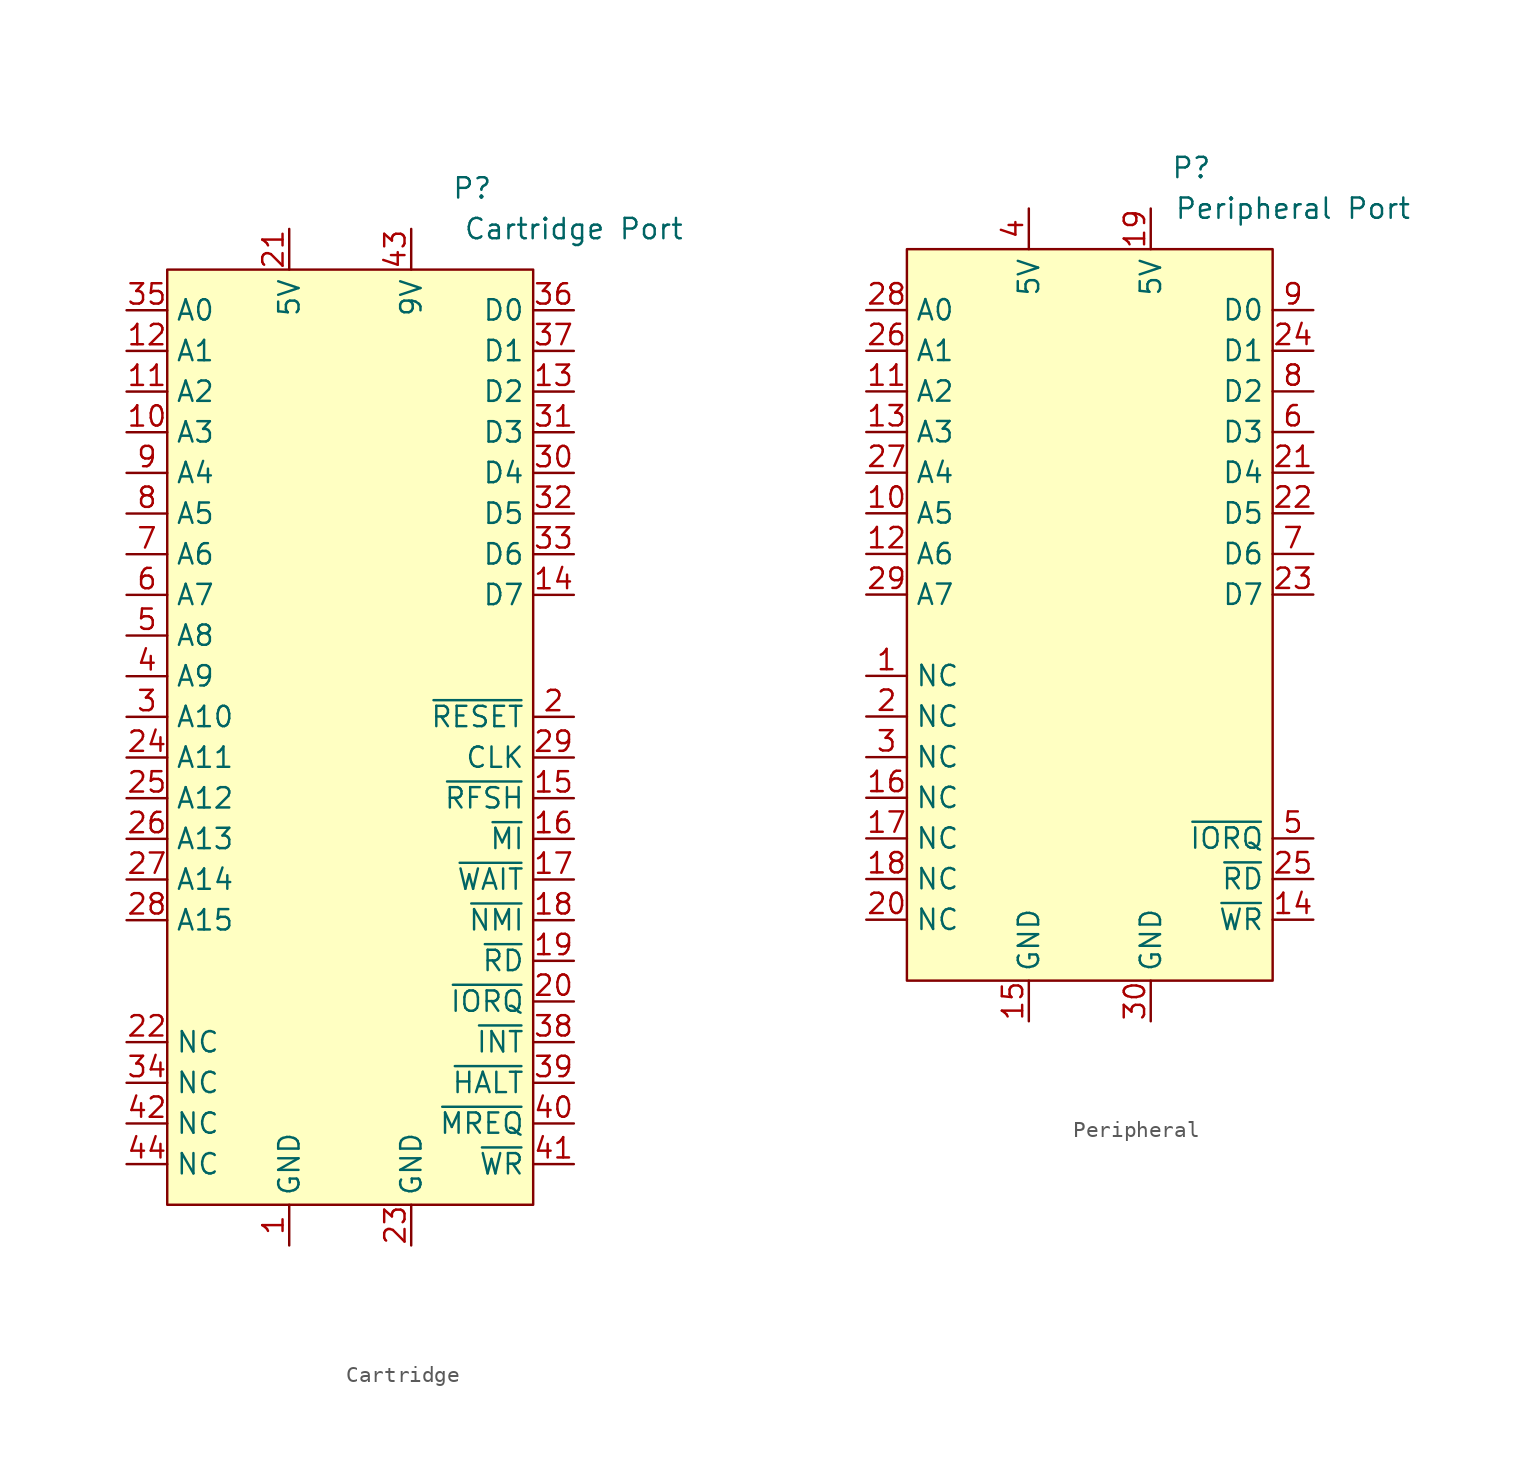
<source format=kicad_sym>
(kicad_symbol_lib
  (version 20220914)
  (generator kicad_symbol_editor)
  (symbol "Cartridge"
    (property "Reference" "P"
      (at 7.62 1.27 0)
      (effects (font (size 1.27 1.27))))
    (property "Value" "Cartridge Port"
      (at 13.97 -1.27 0)
      (effects (font (size 1.27 1.27))))
    (symbol "Cartridge_1_1"
      (rectangle (start -11.43 -3.81) (end 11.43 -62.23) (stroke (width 0) (type default)) (fill (type background)))
      (pin power_in line (at -3.81 -64.77 90) (length 2.54) (name "GND" (effects (font (size 1.27 1.27)))) (number "1" (effects (font (size 1.27 1.27)))))
      (pin bidirectional line (at -13.97 -13.97 0) (length 2.54) (name "A3" (effects (font (size 1.27 1.27)))) (number "10" (effects (font (size 1.27 1.27)))))
      (pin bidirectional line (at -13.97 -11.43 0) (length 2.54) (name "A2" (effects (font (size 1.27 1.27)))) (number "11" (effects (font (size 1.27 1.27)))))
      (pin bidirectional line (at -13.97 -8.89 0) (length 2.54) (name "A1" (effects (font (size 1.27 1.27)))) (number "12" (effects (font (size 1.27 1.27)))))
      (pin bidirectional line (at 13.97 -11.43 180) (length 2.54) (name "D2" (effects (font (size 1.27 1.27)))) (number "13" (effects (font (size 1.27 1.27)))))
      (pin bidirectional line (at 13.97 -24.13 180) (length 2.54) (name "D7" (effects (font (size 1.27 1.27)))) (number "14" (effects (font (size 1.27 1.27)))))
      (pin bidirectional line (at 13.97 -36.83 180) (length 2.54) (name "~{RFSH}" (effects (font (size 1.27 1.27)))) (number "15" (effects (font (size 1.27 1.27)))))
      (pin bidirectional line (at 13.97 -39.37 180) (length 2.54) (name "~{MI}" (effects (font (size 1.27 1.27)))) (number "16" (effects (font (size 1.27 1.27)))))
      (pin bidirectional line (at 13.97 -41.91 180) (length 2.54) (name "~{WAIT}" (effects (font (size 1.27 1.27)))) (number "17" (effects (font (size 1.27 1.27)))))
      (pin bidirectional line (at 13.97 -44.45 180) (length 2.54) (name "~{NMI}" (effects (font (size 1.27 1.27)))) (number "18" (effects (font (size 1.27 1.27)))))
      (pin bidirectional line (at 13.97 -46.99 180) (length 2.54) (name "~{RD}" (effects (font (size 1.27 1.27)))) (number "19" (effects (font (size 1.27 1.27)))))
      (pin bidirectional line (at 13.97 -31.75 180) (length 2.54) (name "~{RESET}" (effects (font (size 1.27 1.27)))) (number "2" (effects (font (size 1.27 1.27)))))
      (pin bidirectional line (at 13.97 -49.53 180) (length 2.54) (name "~{IORQ}" (effects (font (size 1.27 1.27)))) (number "20" (effects (font (size 1.27 1.27)))))
      (pin power_in line (at -3.81 -1.27 270) (length 2.54) (name "5V" (effects (font (size 1.27 1.27)))) (number "21" (effects (font (size 1.27 1.27)))))
      (pin bidirectional line (at -13.97 -52.07 0) (length 2.54) (name "NC" (effects (font (size 1.27 1.27)))) (number "22" (effects (font (size 1.27 1.27)))))
      (pin power_in line (at 3.81 -64.77 90) (length 2.54) (name "GND" (effects (font (size 1.27 1.27)))) (number "23" (effects (font (size 1.27 1.27)))))
      (pin bidirectional line (at -13.97 -34.29 0) (length 2.54) (name "A11" (effects (font (size 1.27 1.27)))) (number "24" (effects (font (size 1.27 1.27)))))
      (pin bidirectional line (at -13.97 -36.83 0) (length 2.54) (name "A12" (effects (font (size 1.27 1.27)))) (number "25" (effects (font (size 1.27 1.27)))))
      (pin bidirectional line (at -13.97 -39.37 0) (length 2.54) (name "A13" (effects (font (size 1.27 1.27)))) (number "26" (effects (font (size 1.27 1.27)))))
      (pin bidirectional line (at -13.97 -41.91 0) (length 2.54) (name "A14" (effects (font (size 1.27 1.27)))) (number "27" (effects (font (size 1.27 1.27)))))
      (pin bidirectional line (at -13.97 -44.45 0) (length 2.54) (name "A15" (effects (font (size 1.27 1.27)))) (number "28" (effects (font (size 1.27 1.27)))))
      (pin bidirectional line (at 13.97 -34.29 180) (length 2.54) (name "CLK" (effects (font (size 1.27 1.27)))) (number "29" (effects (font (size 1.27 1.27)))))
      (pin bidirectional line (at -13.97 -31.75 0) (length 2.54) (name "A10" (effects (font (size 1.27 1.27)))) (number "3" (effects (font (size 1.27 1.27)))))
      (pin bidirectional line (at 13.97 -16.51 180) (length 2.54) (name "D4" (effects (font (size 1.27 1.27)))) (number "30" (effects (font (size 1.27 1.27)))))
      (pin bidirectional line (at 13.97 -13.97 180) (length 2.54) (name "D3" (effects (font (size 1.27 1.27)))) (number "31" (effects (font (size 1.27 1.27)))))
      (pin bidirectional line (at 13.97 -19.05 180) (length 2.54) (name "D5" (effects (font (size 1.27 1.27)))) (number "32" (effects (font (size 1.27 1.27)))))
      (pin bidirectional line (at 13.97 -21.59 180) (length 2.54) (name "D6" (effects (font (size 1.27 1.27)))) (number "33" (effects (font (size 1.27 1.27)))))
      (pin bidirectional line (at -13.97 -54.61 0) (length 2.54) (name "NC" (effects (font (size 1.27 1.27)))) (number "34" (effects (font (size 1.27 1.27)))))
      (pin bidirectional line (at -13.97 -6.35 0) (length 2.54) (name "A0" (effects (font (size 1.27 1.27)))) (number "35" (effects (font (size 1.27 1.27)))))
      (pin bidirectional line (at 13.97 -6.35 180) (length 2.54) (name "D0" (effects (font (size 1.27 1.27)))) (number "36" (effects (font (size 1.27 1.27)))))
      (pin bidirectional line (at 13.97 -8.89 180) (length 2.54) (name "D1" (effects (font (size 1.27 1.27)))) (number "37" (effects (font (size 1.27 1.27)))))
      (pin bidirectional line (at 13.97 -52.07 180) (length 2.54) (name "~{INT}" (effects (font (size 1.27 1.27)))) (number "38" (effects (font (size 1.27 1.27)))))
      (pin bidirectional line (at 13.97 -54.61 180) (length 2.54) (name "~{HALT}" (effects (font (size 1.27 1.27)))) (number "39" (effects (font (size 1.27 1.27)))))
      (pin bidirectional line (at -13.97 -29.21 0) (length 2.54) (name "A9" (effects (font (size 1.27 1.27)))) (number "4" (effects (font (size 1.27 1.27)))))
      (pin bidirectional line (at 13.97 -57.15 180) (length 2.54) (name "~{MREQ}" (effects (font (size 1.27 1.27)))) (number "40" (effects (font (size 1.27 1.27)))))
      (pin bidirectional line (at 13.97 -59.69 180) (length 2.54) (name "~{WR}" (effects (font (size 1.27 1.27)))) (number "41" (effects (font (size 1.27 1.27)))))
      (pin bidirectional line (at -13.97 -57.15 0) (length 2.54) (name "NC" (effects (font (size 1.27 1.27)))) (number "42" (effects (font (size 1.27 1.27)))))
      (pin power_in line (at 3.81 -1.27 270) (length 2.54) (name "9V" (effects (font (size 1.27 1.27)))) (number "43" (effects (font (size 1.27 1.27)))))
      (pin bidirectional line (at -13.97 -59.69 0) (length 2.54) (name "NC" (effects (font (size 1.27 1.27)))) (number "44" (effects (font (size 1.27 1.27)))))
      (pin bidirectional line (at -13.97 -26.67 0) (length 2.54) (name "A8" (effects (font (size 1.27 1.27)))) (number "5" (effects (font (size 1.27 1.27)))))
      (pin bidirectional line (at -13.97 -24.13 0) (length 2.54) (name "A7" (effects (font (size 1.27 1.27)))) (number "6" (effects (font (size 1.27 1.27)))))
      (pin bidirectional line (at -13.97 -21.59 0) (length 2.54) (name "A6" (effects (font (size 1.27 1.27)))) (number "7" (effects (font (size 1.27 1.27)))))
      (pin bidirectional line (at -13.97 -19.05 0) (length 2.54) (name "A5" (effects (font (size 1.27 1.27)))) (number "8" (effects (font (size 1.27 1.27)))))
      (pin bidirectional line (at -13.97 -16.51 0) (length 2.54) (name "A4" (effects (font (size 1.27 1.27)))) (number "9" (effects (font (size 1.27 1.27)))))))
  (symbol "Peripheral"
    (property "Reference" "P"
      (at 6.35 2.54 0)
      (effects (font (size 1.27 1.27))))
    (property "Value" "Peripheral Port"
      (at 12.7 0 0)
      (effects (font (size 1.27 1.27))))
    (symbol "Peripheral_1_1"
      (rectangle (start -11.43 -2.54) (end 11.43 -48.26) (stroke (width 0) (type default)) (fill (type background)))
      (pin bidirectional line (at -13.97 -29.21 0) (length 2.54) (name "NC" (effects (font (size 1.27 1.27)))) (number "1" (effects (font (size 1.27 1.27)))))
      (pin bidirectional line (at -13.97 -19.05 0) (length 2.54) (name "A5" (effects (font (size 1.27 1.27)))) (number "10" (effects (font (size 1.27 1.27)))))
      (pin bidirectional line (at -13.97 -11.43 0) (length 2.54) (name "A2" (effects (font (size 1.27 1.27)))) (number "11" (effects (font (size 1.27 1.27)))))
      (pin bidirectional line (at -13.97 -21.59 0) (length 2.54) (name "A6" (effects (font (size 1.27 1.27)))) (number "12" (effects (font (size 1.27 1.27)))))
      (pin bidirectional line (at -13.97 -13.97 0) (length 2.54) (name "A3" (effects (font (size 1.27 1.27)))) (number "13" (effects (font (size 1.27 1.27)))))
      (pin bidirectional line (at 13.97 -44.45 180) (length 2.54) (name "~{WR}" (effects (font (size 1.27 1.27)))) (number "14" (effects (font (size 1.27 1.27)))))
      (pin power_in line (at -3.81 -50.8 90) (length 2.54) (name "GND" (effects (font (size 1.27 1.27)))) (number "15" (effects (font (size 1.27 1.27)))))
      (pin bidirectional line (at -13.97 -36.83 0) (length 2.54) (name "NC" (effects (font (size 1.27 1.27)))) (number "16" (effects (font (size 1.27 1.27)))))
      (pin bidirectional line (at -13.97 -39.37 0) (length 2.54) (name "NC" (effects (font (size 1.27 1.27)))) (number "17" (effects (font (size 1.27 1.27)))))
      (pin bidirectional line (at -13.97 -41.91 0) (length 2.54) (name "NC" (effects (font (size 1.27 1.27)))) (number "18" (effects (font (size 1.27 1.27)))))
      (pin power_in line (at 3.81 0 270) (length 2.54) (name "5V" (effects (font (size 1.27 1.27)))) (number "19" (effects (font (size 1.27 1.27)))))
      (pin bidirectional line (at -13.97 -31.75 0) (length 2.54) (name "NC" (effects (font (size 1.27 1.27)))) (number "2" (effects (font (size 1.27 1.27)))))
      (pin bidirectional line (at -13.97 -44.45 0) (length 2.54) (name "NC" (effects (font (size 1.27 1.27)))) (number "20" (effects (font (size 1.27 1.27)))))
      (pin bidirectional line (at 13.97 -16.51 180) (length 2.54) (name "D4" (effects (font (size 1.27 1.27)))) (number "21" (effects (font (size 1.27 1.27)))))
      (pin bidirectional line (at 13.97 -19.05 180) (length 2.54) (name "D5" (effects (font (size 1.27 1.27)))) (number "22" (effects (font (size 1.27 1.27)))))
      (pin bidirectional line (at 13.97 -24.13 180) (length 2.54) (name "D7" (effects (font (size 1.27 1.27)))) (number "23" (effects (font (size 1.27 1.27)))))
      (pin bidirectional line (at 13.97 -8.89 180) (length 2.54) (name "D1" (effects (font (size 1.27 1.27)))) (number "24" (effects (font (size 1.27 1.27)))))
      (pin bidirectional line (at 13.97 -41.91 180) (length 2.54) (name "~{RD}" (effects (font (size 1.27 1.27)))) (number "25" (effects (font (size 1.27 1.27)))))
      (pin bidirectional line (at -13.97 -8.89 0) (length 2.54) (name "A1" (effects (font (size 1.27 1.27)))) (number "26" (effects (font (size 1.27 1.27)))))
      (pin bidirectional line (at -13.97 -16.51 0) (length 2.54) (name "A4" (effects (font (size 1.27 1.27)))) (number "27" (effects (font (size 1.27 1.27)))))
      (pin bidirectional line (at -13.97 -6.35 0) (length 2.54) (name "A0" (effects (font (size 1.27 1.27)))) (number "28" (effects (font (size 1.27 1.27)))))
      (pin bidirectional line (at -13.97 -24.13 0) (length 2.54) (name "A7" (effects (font (size 1.27 1.27)))) (number "29" (effects (font (size 1.27 1.27)))))
      (pin bidirectional line (at -13.97 -34.29 0) (length 2.54) (name "NC" (effects (font (size 1.27 1.27)))) (number "3" (effects (font (size 1.27 1.27)))))
      (pin power_in line (at 3.81 -50.8 90) (length 2.54) (name "GND" (effects (font (size 1.27 1.27)))) (number "30" (effects (font (size 1.27 1.27)))))
      (pin power_in line (at -3.81 0 270) (length 2.54) (name "5V" (effects (font (size 1.27 1.27)))) (number "4" (effects (font (size 1.27 1.27)))))
      (pin bidirectional line (at 13.97 -39.37 180) (length 2.54) (name "~{IORQ}" (effects (font (size 1.27 1.27)))) (number "5" (effects (font (size 1.27 1.27)))))
      (pin bidirectional line (at 13.97 -13.97 180) (length 2.54) (name "D3" (effects (font (size 1.27 1.27)))) (number "6" (effects (font (size 1.27 1.27)))))
      (pin bidirectional line (at 13.97 -21.59 180) (length 2.54) (name "D6" (effects (font (size 1.27 1.27)))) (number "7" (effects (font (size 1.27 1.27)))))
      (pin bidirectional line (at 13.97 -11.43 180) (length 2.54) (name "D2" (effects (font (size 1.27 1.27)))) (number "8" (effects (font (size 1.27 1.27)))))
      (pin bidirectional line (at 13.97 -6.35 180) (length 2.54) (name "D0" (effects (font (size 1.27 1.27)))) (number "9" (effects (font (size 1.27 1.27))))))))
</source>
